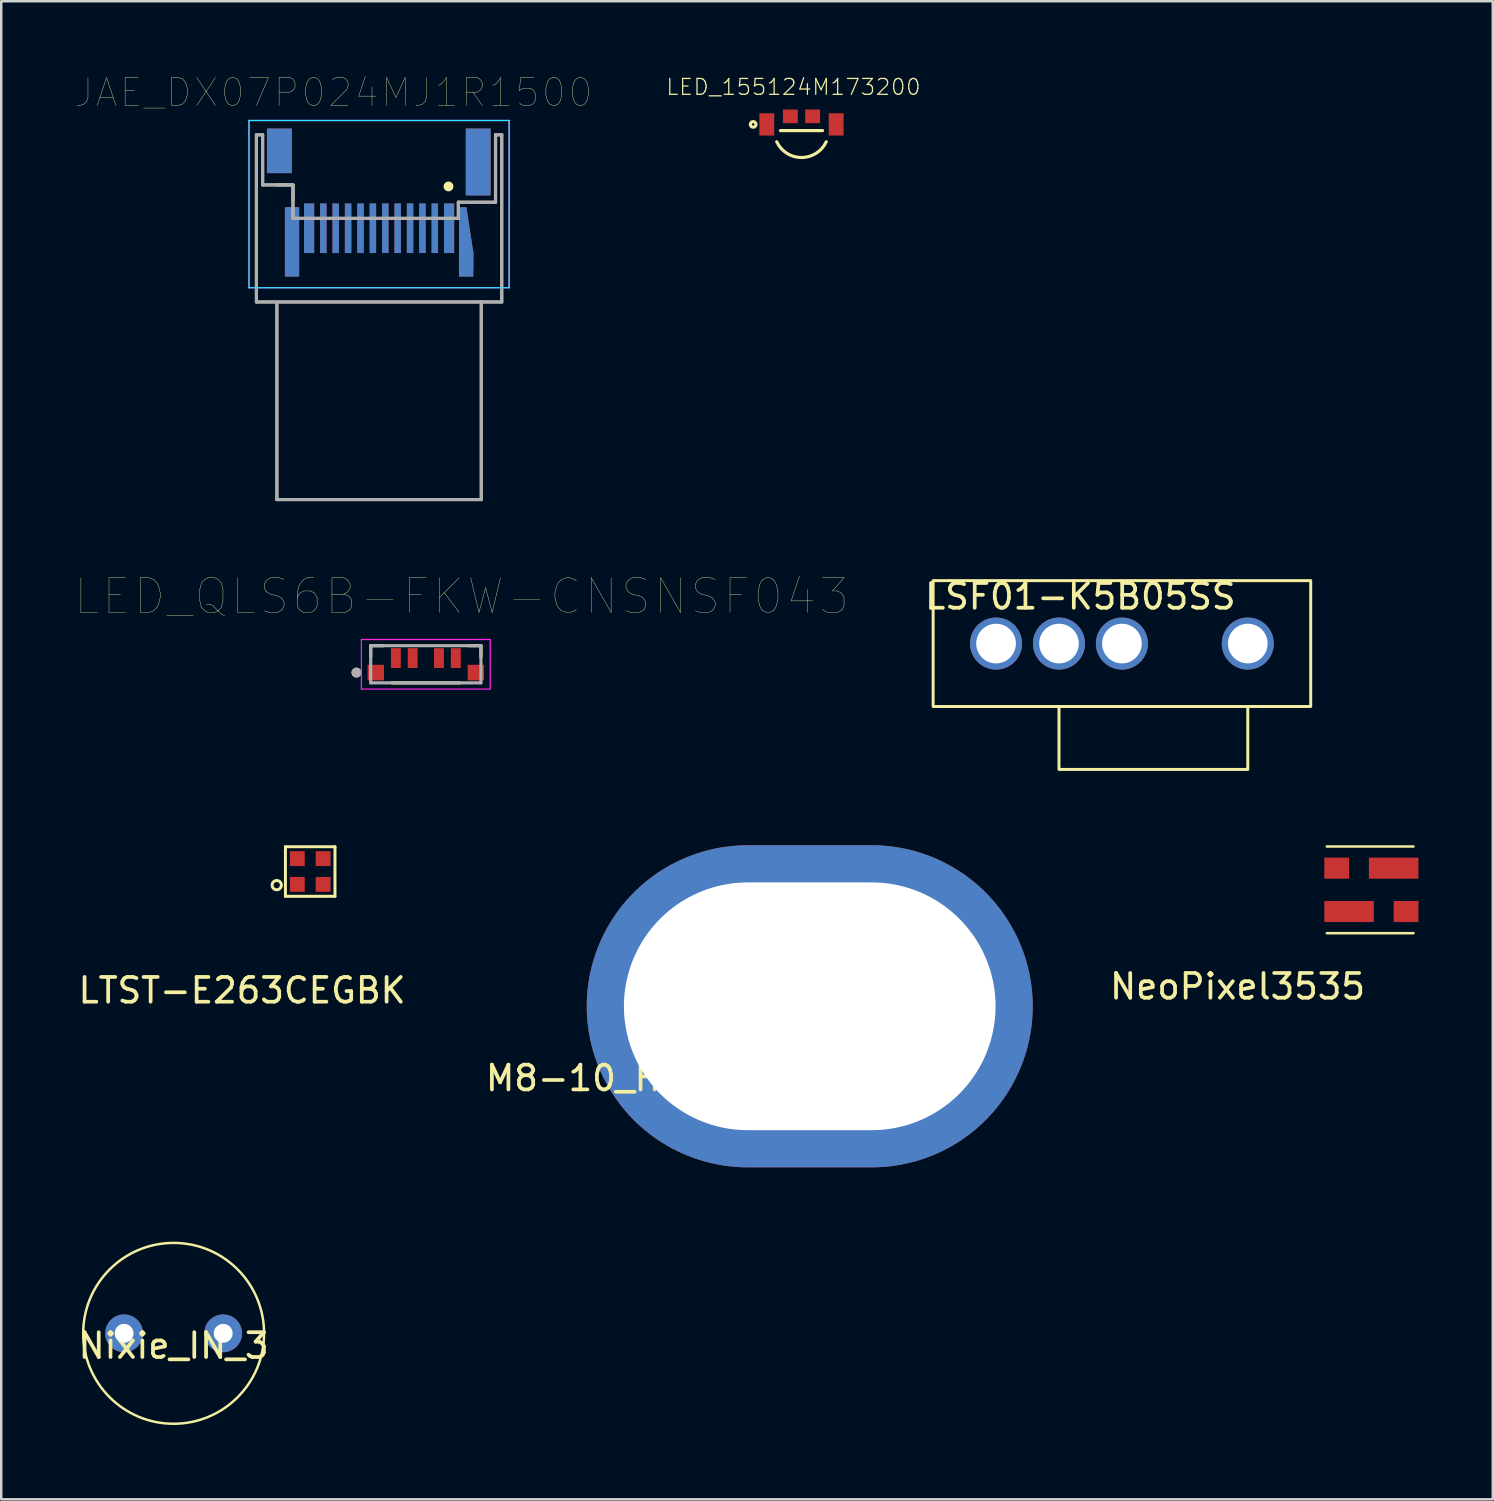
<source format=kicad_pcb>
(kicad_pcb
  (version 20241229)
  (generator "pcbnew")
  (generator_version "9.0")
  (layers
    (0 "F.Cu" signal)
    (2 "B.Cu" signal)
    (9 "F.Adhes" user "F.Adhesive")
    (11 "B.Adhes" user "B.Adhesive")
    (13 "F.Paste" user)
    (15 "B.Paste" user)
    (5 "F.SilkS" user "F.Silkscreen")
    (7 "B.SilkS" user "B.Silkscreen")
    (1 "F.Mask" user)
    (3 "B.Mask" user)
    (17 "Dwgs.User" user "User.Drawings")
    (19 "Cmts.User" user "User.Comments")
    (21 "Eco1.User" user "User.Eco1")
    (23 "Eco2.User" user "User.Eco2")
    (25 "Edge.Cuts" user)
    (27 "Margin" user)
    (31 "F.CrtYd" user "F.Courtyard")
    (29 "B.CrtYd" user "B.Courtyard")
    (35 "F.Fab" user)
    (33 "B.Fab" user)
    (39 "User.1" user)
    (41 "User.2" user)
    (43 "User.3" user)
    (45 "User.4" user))
  (footprint "LTST-E263CEGBK"
    (layer "F.Cu")
    (at 9.47 32.125)
    (property "Reference" "LTST-E263CEGBK" (at -2.75 4.8 0) (unlocked yes) (layer "F.SilkS") (effects (font (size 1 1) (thickness 0.15))))
    (attr smd)
    (fp_line (start -1 -1) (end 1 -1) (stroke (width 0.12) (type solid)) (layer "F.SilkS"))
    (fp_line (start -1 1) (end -1 -1) (stroke (width 0.12) (type solid)) (layer "F.SilkS"))
    (fp_line (start 1 -1) (end 1 1) (stroke (width 0.12) (type solid)) (layer "F.SilkS"))
    (fp_line (start 1 1) (end -1 1) (stroke (width 0.12) (type solid)) (layer "F.SilkS"))
    (fp_circle (center -1.35 0.55) (end -1.17 0.6) (stroke (width 0.12) (type solid)) (fill no) (layer "F.SilkS"))
    (pad "1" smd rect (at -0.52 0.52) (size 0.6 0.6) (layers "F.Cu" "F.Mask" "F.Paste"))
    (pad "2" smd rect (at -0.52 -0.52) (size 0.6 0.6) (layers "F.Cu" "F.Mask" "F.Paste"))
    (pad "3" smd rect (at 0.52 -0.52) (size 0.6 0.6) (layers "F.Cu" "F.Mask" "F.Paste"))
    (pad "4" smd rect (at 0.52 0.52) (size 0.6 0.6) (layers "F.Cu" "F.Mask" "F.Paste")))
  (footprint "LED_155124M173200"
    (layer "F.Cu")
    (at 29.299 1.971)
    (property "Reference" "LED_155124M173200" (at -0.325 -1.508 0) (layer "F.SilkS") (effects (font (size 0.641 0.641) (thickness 0.05))))
    (attr smd)
    (fp_line (start -0.85 0.25) (end 0.85 0.25) (stroke (width 0.127) (type solid)) (layer "F.SilkS"))
    (fp_arc (start 1 0.7) (mid 0 1.33707) (end -1 0.699999) (stroke (width 0.127) (type solid)) (layer "F.SilkS"))
    (fp_circle (center -1.95 0) (end -1.9 0) (stroke (width 0.127) (type solid)) (fill no) (layer "F.SilkS"))
    (fp_line (start -1.95 -0.85) (end 1.95 -0.85) (stroke (width 0.05) (type solid)) (layer "Eco1.User"))
    (fp_line (start -1.95 0.7) (end -1.95 -0.85) (stroke (width 0.05) (type solid)) (layer "Eco1.User"))
    (fp_line (start -1.25 0.7) (end -1.95 0.7) (stroke (width 0.05) (type solid)) (layer "Eco1.User"))
    (fp_line (start -1.25 1.6) (end -1.25 0.7) (stroke (width 0.05) (type solid)) (layer "Eco1.User"))
    (fp_line (start 1.25 0.7) (end 1.25 1.6) (stroke (width 0.05) (type solid)) (layer "Eco1.User"))
    (fp_line (start 1.25 1.6) (end -1.25 1.6) (stroke (width 0.05) (type solid)) (layer "Eco1.User"))
    (fp_line (start 1.95 -0.85) (end 1.95 0.7) (stroke (width 0.05) (type solid)) (layer "Eco1.User"))
    (fp_line (start 1.95 0.7) (end 1.25 0.7) (stroke (width 0.05) (type solid)) (layer "Eco1.User"))
    (fp_line (start -1.6 -0.25) (end 1.6 -0.25) (stroke (width 0.127) (type solid)) (layer "Eco2.User"))
    (fp_line (start -1.6 0.25) (end -1.6 -0.25) (stroke (width 0.127) (type solid)) (layer "Eco2.User"))
    (fp_line (start -1.1 0.25) (end -1.6 0.25) (stroke (width 0.127) (type solid)) (layer "Eco2.User"))
    (fp_line (start 1.1 0.25) (end -1.1 0.25) (stroke (width 0.127) (type solid)) (layer "Eco2.User"))
    (fp_line (start 1.6 -0.25) (end 1.6 0.25) (stroke (width 0.127) (type solid)) (layer "Eco2.User"))
    (fp_line (start 1.6 0.25) (end 1.1 0.25) (stroke (width 0.127) (type solid)) (layer "Eco2.User"))
    (fp_arc (start 1.1 0.25) (mid 0 1.35) (end -1.1 0.25) (stroke (width 0.127) (type solid)) (layer "Eco2.User"))
    (pad "1" smd rect (at -1.4 0) (size 0.6 0.9) (layers "F.Cu" "F.Mask" "F.Paste"))
    (pad "2" smd rect (at -0.45 -0.325) (size 0.6 0.55) (layers "F.Cu" "F.Mask" "F.Paste"))
    (pad "3" smd rect (at 0.45 -0.325) (size 0.6 0.55) (layers "F.Cu" "F.Mask" "F.Paste"))
    (pad "4" smd rect (at 1.4 0) (size 0.6 0.9) (layers "F.Cu" "F.Mask" "F.Paste")))
  (footprint "Nixie_IN_3"
    (layer "F.Cu")
    (at 3.958 50.765)
    (property "Reference" "Nixie_IN_3" (at 0 0.5 0) (layer "F.SilkS") (effects (font (size 1 1) (thickness 0.15))))
    (attr through_hole)
    (fp_circle (center 0 0) (end 3.65 0) (stroke (width 0.1) (type solid)) (fill no) (layer "F.SilkS"))
    (pad "1" thru_hole circle (at 2 0) (size 1.524 1.524) (drill 0.762) (layers "*.Cu" "*.Mask"))
    (pad "2" thru_hole circle (at -2 0) (size 1.524 1.524) (drill 0.762) (layers "*.Cu" "*.Mask")))
  (footprint "LED_QLS6B-FKW-CNSNSF043"
    (layer "F.Cu")
    (at 14.137 23.911)
    (property "Reference" "LED_QLS6B-FKW-CNSNSF043" (at 1.445 -2.889 0) (layer "F.SilkS") (effects (font (size 1.4 1.4) (thickness 0.015))))
    (attr through_hole)
    (fp_line (start -2.225 -0.9) (end -1.73 -0.9) (stroke (width 0.127) (type solid)) (layer "F.SilkS"))
    (fp_line (start -2.225 -0.45) (end -2.225 -0.9) (stroke (width 0.127) (type solid)) (layer "F.SilkS"))
    (fp_line (start 1.37 0.6) (end -1.37 0.6) (stroke (width 0.127) (type solid)) (layer "F.SilkS"))
    (fp_line (start 1.73 -0.9) (end 2.225 -0.9) (stroke (width 0.127) (type solid)) (layer "F.SilkS"))
    (fp_line (start 2.225 -0.9) (end 2.225 -0.45) (stroke (width 0.127) (type solid)) (layer "F.SilkS"))
    (fp_circle (center -2.8 0.185) (end -2.7 0.185) (stroke (width 0.2) (type solid)) (fill no) (layer "F.SilkS"))
    (fp_line (start -2.6 -1.15) (end -2.6 0.85) (stroke (width 0.05) (type solid)) (layer "F.CrtYd"))
    (fp_line (start -2.6 0.85) (end 2.6 0.85) (stroke (width 0.05) (type solid)) (layer "F.CrtYd"))
    (fp_line (start 2.6 -1.15) (end -2.6 -1.15) (stroke (width 0.05) (type solid)) (layer "F.CrtYd"))
    (fp_line (start 2.6 0.85) (end 2.6 -1.15) (stroke (width 0.05) (type solid)) (layer "F.CrtYd"))
    (fp_line (start -2.225 -0.9) (end 2.225 -0.9) (stroke (width 0.127) (type solid)) (layer "F.Fab"))
    (fp_line (start -2.225 0.6) (end -2.225 -0.9) (stroke (width 0.127) (type solid)) (layer "F.Fab"))
    (fp_line (start 2.225 -0.9) (end 2.225 0.6) (stroke (width 0.127) (type solid)) (layer "F.Fab"))
    (fp_line (start 2.225 0.6) (end -2.225 0.6) (stroke (width 0.127) (type solid)) (layer "F.Fab"))
    (fp_circle (center -2.8 0.185) (end -2.7 0.185) (stroke (width 0.2) (type solid)) (fill no) (layer "F.Fab"))
    (pad "1" smd rect (at -2.02 0.185) (size 0.66 0.63) (layers "F.Cu" "F.Mask" "F.Paste"))
    (pad "2" smd rect (at -1.21 -0.4) (size 0.4 0.8) (layers "F.Cu" "F.Mask" "F.Paste"))
    (pad "3" smd rect (at -0.53 -0.4) (size 0.4 0.8) (layers "F.Cu" "F.Mask" "F.Paste"))
    (pad "4" smd rect (at 0.53 -0.4) (size 0.4 0.8) (layers "F.Cu" "F.Mask" "F.Paste"))
    (pad "5" smd rect (at 1.21 -0.4) (size 0.4 0.8) (layers "F.Cu" "F.Mask" "F.Paste"))
    (pad "6" smd rect (at 2.02 0.185) (size 0.66 0.63) (layers "F.Cu" "F.Mask" "F.Paste")))
  (footprint "M8-10_Hole"
    (layer "F.Cu")
    (at 29.632 37.565)
    (property "Reference" "M8-10_Hole" (at -8.4 2.9 0) (unlocked yes) (layer "F.SilkS") (effects (font (size 1 1) (thickness 0.15))))
    (attr through_hole)
    (pad "1" thru_hole oval (at 0 0) (size 18 13) (drill oval 15 10) (layers "*.Cu" "*.Mask")))
  (footprint "LSF01-K5B05SS"
    (layer "F.Cu")
    (at 37.152 22.925)
    (property "Reference" "LSF01-K5B05SS" (at 3.4 -1.9 0) (unlocked yes) (layer "F.SilkS") (effects (font (size 1 1) (thickness 0.15))))
    (attr through_hole)
    (fp_rect (start -2.54 -2.54) (end 12.7 2.54) (stroke (width 0.12) (type solid)) (fill no) (layer "F.SilkS"))
    (fp_rect (start 2.54 2.54) (end 10.16 5.08) (stroke (width 0.12) (type solid)) (fill no) (layer "F.SilkS"))
    (pad "1" thru_hole circle (at 0 0) (size 2.1 2.1) (drill 1.6) (layers "*.Cu" "*.Mask"))
    (pad "2" thru_hole circle (at 2.54 0) (size 2.1 2.1) (drill 1.6) (layers "*.Cu" "*.Mask"))
    (pad "3" thru_hole circle (at 5.08 0) (size 2.1 2.1) (drill 1.6) (layers "*.Cu" "*.Mask"))
    (pad "4" thru_hole circle (at 10.16 0) (size 2.1 2.1) (drill 1.6) (layers "*.Cu" "*.Mask")))
  (footprint "NeoPixel3535"
    (layer "F.Cu")
    (at 52.3 32.865)
    (property "Reference" "NeoPixel3535" (at -5.4 3.9 0) (layer "F.SilkS") (effects (font (size 1 1) (thickness 0.15))))
    (attr through_hole)
    (fp_line (start -1.8 -1.75) (end 1.7 -1.75) (stroke (width 0.1) (type solid)) (layer "F.SilkS"))
    (fp_line (start -1.8 1.75) (end 1.7 1.75) (stroke (width 0.1) (type solid)) (layer "F.SilkS"))
    (pad "1" smd rect (at -1.9 -0.875) (size 1 0.85) (drill (offset 0.5 0)) (layers "F.Cu" "F.Mask" "F.Paste"))
    (pad "2" smd rect (at -1.9 0.875) (size 2 0.85) (drill (offset 1 0)) (layers "F.Cu" "F.Mask" "F.Paste"))
    (pad "3" smd rect (at 1.9 0.875 180) (size 1 0.85) (drill (offset 0.5 0)) (layers "F.Cu" "F.Mask" "F.Paste"))
    (pad "4" smd rect (at 1.9 -0.875 180) (size 2 0.85) (drill (offset 1 0)) (layers "F.Cu" "F.Mask" "F.Paste")))
  (footprint "JAE_DX07P024MJ1R1500"
    (layer "F.Cu")
    (at 12.25 8.313)
    (property "Reference" "JAE_DX07P024MJ1R1500" (at -1.839 -7.628 0) (layer "F.SilkS") (effects (font (size 1.125 1.125) (thickness 0.015))))
    (attr through_hole)
    (fp_poly (pts (xy 3.225 -0.45) (xy 3.225 -3) (xy 3.525 -3) (xy 3.8 -1.2) (xy 3.8 -0.45)) (stroke (width 0.001) (type solid)) (fill yes) (layer "F.Cu"))
    (fp_poly (pts (xy 3.9 -1.3) (xy 3.9 -1.2) (xy 3.125 -1.2) (xy 3.125 -3.125) (xy 3.55 -3.125)) (stroke (width 0.001) (type solid)) (fill yes) (layer "F.Mask"))
    (fp_poly (pts (xy 3.225 -0.45) (xy 3.225 -3) (xy 3.525 -3) (xy 3.8 -1.2) (xy 3.8 -0.45)) (stroke (width 0.001) (type solid)) (fill yes) (layer "B.Cu"))
    (fp_poly (pts (xy 3.9 -1.3) (xy 3.9 -1.2) (xy 3.125 -1.2) (xy 3.125 -3.125) (xy 3.55 -3.125)) (stroke (width 0.001) (type solid)) (fill yes) (layer "B.Mask"))
    (fp_line (start -4.1 -3.9) (end -3.475 -3.9) (stroke (width 0.127) (type solid)) (layer "F.SilkS"))
    (fp_line (start -3.475 -3.9) (end -3.475 -3.275) (stroke (width 0.127) (type solid)) (layer "F.SilkS"))
    (fp_circle (center 2.802 -3.838) (end 2.902 -3.838) (stroke (width 0.2) (type solid)) (fill no) (layer "F.SilkS"))
    (fp_poly (pts (xy 4.621 -1.443) (xy 4.621 -1.443) (xy 4.621 -1.443) (xy 4.621 -1.443) (xy 4.621 -1.443) (xy 4.621 -1.443) (xy 4.621 -1.443) (xy 4.621 -1.443) (xy 4.621 -1.443) (xy 4.621 -1.443) (xy 4.62 -1.443) (xy 4.62 -1.443) (xy 4.62 -1.443) (xy 4.62 -1.443) (xy 4.62 -1.443) (xy 4.62 -1.443) (xy 4.62 -1.443) (xy 4.62 -1.443) (xy 4.62 -1.443) (xy 4.62 -1.443) (xy 4.62 -1.442) (xy 4.62 -1.442) (xy 4.62 -1.442) (xy 4.62 -1.442) (xy 4.62 -1.442) (xy 4.62 -1.442) (xy 4.62 -1.442) (xy 4.62 -1.442) (xy 4.62 -1.442) (xy 4.62 -1.442) (xy 4.62 -1.442) (xy 4.621 -1.443)) (stroke (width 0.0001) (type solid)) (fill yes) (layer "F.Paste"))
    (fp_line (start -4.6 -6) (end -4.6 -4.3) (stroke (width 0.001) (type solid)) (layer "Edge.Cuts"))
    (fp_line (start -4.6 -4.3) (end -4.375 -4.3) (stroke (width 0.001) (type solid)) (layer "Edge.Cuts"))
    (fp_line (start -4.175 -4.1) (end -4.175 -0.2) (stroke (width 0.001) (type solid)) (layer "Edge.Cuts"))
    (fp_line (start -3.975 0) (end 3.975 0) (stroke (width 0.001) (type solid)) (layer "Edge.Cuts"))
    (fp_line (start 4.175 -3.35) (end 4.6 -3.35) (stroke (width 0.001) (type solid)) (layer "Edge.Cuts"))
    (fp_line (start 4.175 -0.2) (end 4.175 -2.55) (stroke (width 0.001) (type solid)) (layer "Edge.Cuts"))
    (fp_line (start 4.6 -3.35) (end 4.6 -6) (stroke (width 0.001) (type solid)) (layer "Edge.Cuts"))
    (fp_arc (start -4.375 -4.3) (mid -4.233579 -4.241421) (end -4.175 -4.1) (stroke (width 0.001) (type solid)) (layer "Edge.Cuts"))
    (fp_arc (start -3.975 0) (mid -4.116421 -0.058579) (end -4.175 -0.2) (stroke (width 0.001) (type solid)) (layer "Edge.Cuts"))
    (fp_arc (start 3.775 -2.95) (mid 3.892157 -3.232843) (end 4.175 -3.35) (stroke (width 0.001) (type solid)) (layer "Edge.Cuts"))
    (fp_arc (start 4.175 -2.55) (mid 3.892157 -2.667157) (end 3.775 -2.95) (stroke (width 0.001) (type solid)) (layer "Edge.Cuts"))
    (fp_arc (start 4.175 -0.2) (mid 4.116421 -0.058579) (end 3.975 0) (stroke (width 0.001) (type solid)) (layer "Edge.Cuts"))
    (fp_line (start -5.25 -6.5) (end 5.25 -6.5) (stroke (width 0.05) (type solid)) (layer "B.CrtYd"))
    (fp_line (start -5.25 0.25) (end -5.25 -6.5) (stroke (width 0.05) (type solid)) (layer "B.CrtYd"))
    (fp_line (start 5.25 -6.5) (end 5.25 0.25) (stroke (width 0.05) (type solid)) (layer "B.CrtYd"))
    (fp_line (start 5.25 0.25) (end -5.25 0.25) (stroke (width 0.05) (type solid)) (layer "B.CrtYd"))
    (fp_line (start -5.25 -6.5) (end 5.25 -6.5) (stroke (width 0.05) (type solid)) (layer "F.CrtYd"))
    (fp_line (start -5.25 0.25) (end -5.25 -6.5) (stroke (width 0.05) (type solid)) (layer "F.CrtYd"))
    (fp_line (start 5.25 -6.5) (end 5.25 0.25) (stroke (width 0.05) (type solid)) (layer "F.CrtYd"))
    (fp_line (start 5.25 0.25) (end -5.25 0.25) (stroke (width 0.05) (type solid)) (layer "F.CrtYd"))
    (fp_line (start -4.95 -5.92) (end -4.7 -5.92) (stroke (width 0.127) (type solid)) (layer "F.Fab"))
    (fp_line (start -4.95 -5.92) (end -4.7 -5.92) (stroke (width 0.127) (type solid)) (layer "F.Fab"))
    (fp_line (start -4.95 0.825) (end -4.95 -5.92) (stroke (width 0.127) (type solid)) (layer "F.Fab"))
    (fp_line (start -4.95 0.825) (end -4.95 -5.92) (stroke (width 0.127) (type solid)) (layer "F.Fab"))
    (fp_line (start -4.7 -5.92) (end -4.7 -3.9) (stroke (width 0.127) (type solid)) (layer "F.Fab"))
    (fp_line (start -4.7 -5.92) (end -4.7 -3.9) (stroke (width 0.127) (type solid)) (layer "F.Fab"))
    (fp_line (start -4.7 -3.9) (end -3.475 -3.9) (stroke (width 0.127) (type solid)) (layer "F.Fab"))
    (fp_line (start -4.7 -3.9) (end -3.475 -3.9) (stroke (width 0.127) (type solid)) (layer "F.Fab"))
    (fp_line (start -4.125 0.9) (end -4.125 8.8) (stroke (width 0.127) (type solid)) (layer "F.Fab"))
    (fp_line (start -4.125 0.9) (end -4.125 8.8) (stroke (width 0.127) (type solid)) (layer "F.Fab"))
    (fp_line (start -4.125 8.8) (end 4.125 8.8) (stroke (width 0.127) (type solid)) (layer "F.Fab"))
    (fp_line (start -4.125 8.8) (end 4.125 8.8) (stroke (width 0.127) (type solid)) (layer "F.Fab"))
    (fp_line (start -3.475 -3.9) (end -3.475 -2.55) (stroke (width 0.127) (type solid)) (layer "F.Fab"))
    (fp_line (start -3.475 -3.9) (end -3.475 -2.55) (stroke (width 0.127) (type solid)) (layer "F.Fab"))
    (fp_line (start -3.475 -2.55) (end 3.2 -2.55) (stroke (width 0.127) (type solid)) (layer "F.Fab"))
    (fp_line (start -3.475 -2.55) (end 3.2 -2.55) (stroke (width 0.127) (type solid)) (layer "F.Fab"))
    (fp_line (start 3.2 -3.2) (end 4.7 -3.2) (stroke (width 0.127) (type solid)) (layer "F.Fab"))
    (fp_line (start 3.2 -3.2) (end 4.7 -3.2) (stroke (width 0.127) (type solid)) (layer "F.Fab"))
    (fp_line (start 3.2 -2.55) (end 3.2 -3.2) (stroke (width 0.127) (type solid)) (layer "F.Fab"))
    (fp_line (start 3.2 -2.55) (end 3.2 -3.2) (stroke (width 0.127) (type solid)) (layer "F.Fab"))
    (fp_line (start 4.125 0.825) (end -4.95 0.825) (stroke (width 0.127) (type solid)) (layer "F.Fab"))
    (fp_line (start 4.125 0.825) (end -4.95 0.825) (stroke (width 0.127) (type solid)) (layer "F.Fab"))
    (fp_line (start 4.125 8.8) (end 4.125 0.825) (stroke (width 0.127) (type solid)) (layer "F.Fab"))
    (fp_line (start 4.125 8.8) (end 4.125 0.825) (stroke (width 0.127) (type solid)) (layer "F.Fab"))
    (fp_line (start 4.7 -5.92) (end 4.95 -5.92) (stroke (width 0.127) (type solid)) (layer "F.Fab"))
    (fp_line (start 4.7 -5.92) (end 4.95 -5.92) (stroke (width 0.127) (type solid)) (layer "F.Fab"))
    (fp_line (start 4.7 -3.2) (end 4.7 -5.92) (stroke (width 0.127) (type solid)) (layer "F.Fab"))
    (fp_line (start 4.7 -3.2) (end 4.7 -5.92) (stroke (width 0.127) (type solid)) (layer "F.Fab"))
    (fp_line (start 4.95 -5.92) (end 4.95 0.825) (stroke (width 0.127) (type solid)) (layer "F.Fab"))
    (fp_line (start 4.95 -5.92) (end 4.95 0.825) (stroke (width 0.127) (type solid)) (layer "F.Fab"))
    (fp_line (start 4.95 0.825) (end 4.125 0.825) (stroke (width 0.127) (type solid)) (layer "F.Fab"))
    (fp_line (start 4.95 0.825) (end 4.125 0.825) (stroke (width 0.127) (type solid)) (layer "F.Fab"))
    (pad "A1" smd rect (at 2.825 -2.15) (size 0.41 2) (layers "F.Cu" "F.Mask" "F.Paste"))
    (pad "A2" smd rect (at 2.25 -2.15) (size 0.26 2) (layers "F.Cu" "F.Mask" "F.Paste"))
    (pad "A3" smd rect (at 1.75 -2.15) (size 0.26 2) (layers "F.Cu" "F.Mask" "F.Paste"))
    (pad "A4" smd rect (at 1.25 -2.15) (size 0.26 2) (layers "F.Cu" "F.Mask" "F.Paste"))
    (pad "A5" smd rect (at 0.75 -2.15) (size 0.26 2) (layers "F.Cu" "F.Mask" "F.Paste"))
    (pad "A6" smd rect (at 0.25 -2.15) (size 0.26 2) (layers "F.Cu" "F.Mask" "F.Paste"))
    (pad "A7" smd rect (at -0.25 -2.15) (size 0.26 2) (layers "F.Cu" "F.Mask" "F.Paste"))
    (pad "A8" smd rect (at -0.75 -2.15) (size 0.26 2) (layers "F.Cu" "F.Mask" "F.Paste"))
    (pad "A9" smd rect (at -1.25 -2.15) (size 0.26 2) (layers "F.Cu" "F.Mask" "F.Paste"))
    (pad "A10" smd rect (at -1.75 -2.15) (size 0.26 2) (layers "F.Cu" "F.Mask" "F.Paste"))
    (pad "A11" smd rect (at -2.25 -2.15) (size 0.26 2) (layers "F.Cu" "F.Mask" "F.Paste"))
    (pad "A12" smd rect (at -2.825 -2.15) (size 0.41 2) (layers "F.Cu" "F.Mask" "F.Paste"))
    (pad "B1" smd rect (at -2.825 -2.15) (size 0.41 2) (layers "B.Cu" "B.Mask" "B.Paste"))
    (pad "B2" smd rect (at -2.25 -2.15) (size 0.26 2) (layers "B.Cu" "B.Mask" "B.Paste"))
    (pad "B3" smd rect (at -1.75 -2.15) (size 0.26 2) (layers "B.Cu" "B.Mask" "B.Paste"))
    (pad "B4" smd rect (at -1.25 -2.15) (size 0.26 2) (layers "B.Cu" "B.Mask" "B.Paste"))
    (pad "B5" smd rect (at -0.75 -2.15) (size 0.26 2) (layers "B.Cu" "B.Mask" "B.Paste"))
    (pad "B6" smd rect (at -0.25 -2.15) (size 0.26 2) (layers "B.Cu" "B.Mask" "B.Paste"))
    (pad "B7" smd rect (at 0.25 -2.15) (size 0.26 2) (layers "B.Cu" "B.Mask" "B.Paste"))
    (pad "B8" smd rect (at 0.75 -2.15) (size 0.26 2) (layers "B.Cu" "B.Mask" "B.Paste"))
    (pad "B9" smd rect (at 1.25 -2.15) (size 0.26 2) (layers "B.Cu" "B.Mask" "B.Paste"))
    (pad "B10" smd rect (at 1.75 -2.15) (size 0.26 2) (layers "B.Cu" "B.Mask" "B.Paste"))
    (pad "B11" smd rect (at 2.25 -2.15) (size 0.26 2) (layers "B.Cu" "B.Mask" "B.Paste"))
    (pad "B12" smd rect (at 2.825 -2.15) (size 0.41 2) (layers "B.Cu" "B.Mask" "B.Paste"))
    (pad "S1" smd rect (at -3.513 -1.6) (size 0.575 2.8) (layers "F.Cu" "F.Mask"))
    (pad "S2" smd rect (at 3.513 -0.7) (size 0.575 1) (layers "F.Cu" "F.Mask"))
    (pad "S3" smd rect (at -4.025 -5.275) (size 1 1.8) (layers "F.Cu" "F.Mask" "F.Paste"))
    (pad "S4" smd rect (at 4 -4.825) (size 1 2.7) (layers "F.Cu" "F.Mask" "F.Paste"))
    (pad "S5" smd rect (at 4 -4.825) (size 1 2.7) (layers "B.Cu" "B.Mask" "B.Paste"))
    (pad "S6" smd rect (at -4.025 -5.275) (size 1 1.8) (layers "B.Cu" "B.Mask" "B.Paste"))
    (pad "S7" smd rect (at -3.513 -1.6) (size 0.575 2.8) (layers "B.Cu" "B.Mask"))
    (pad "S8" smd rect (at 3.513 -0.7) (size 0.575 1) (layers "B.Cu" "B.Mask")))
  (gr_rect
    (start -3 -3)
    (end 57.2 57.465)
    (stroke (width 0.1) (type default))
    (fill no)
    (layer "Edge.Cuts")))
</source>
